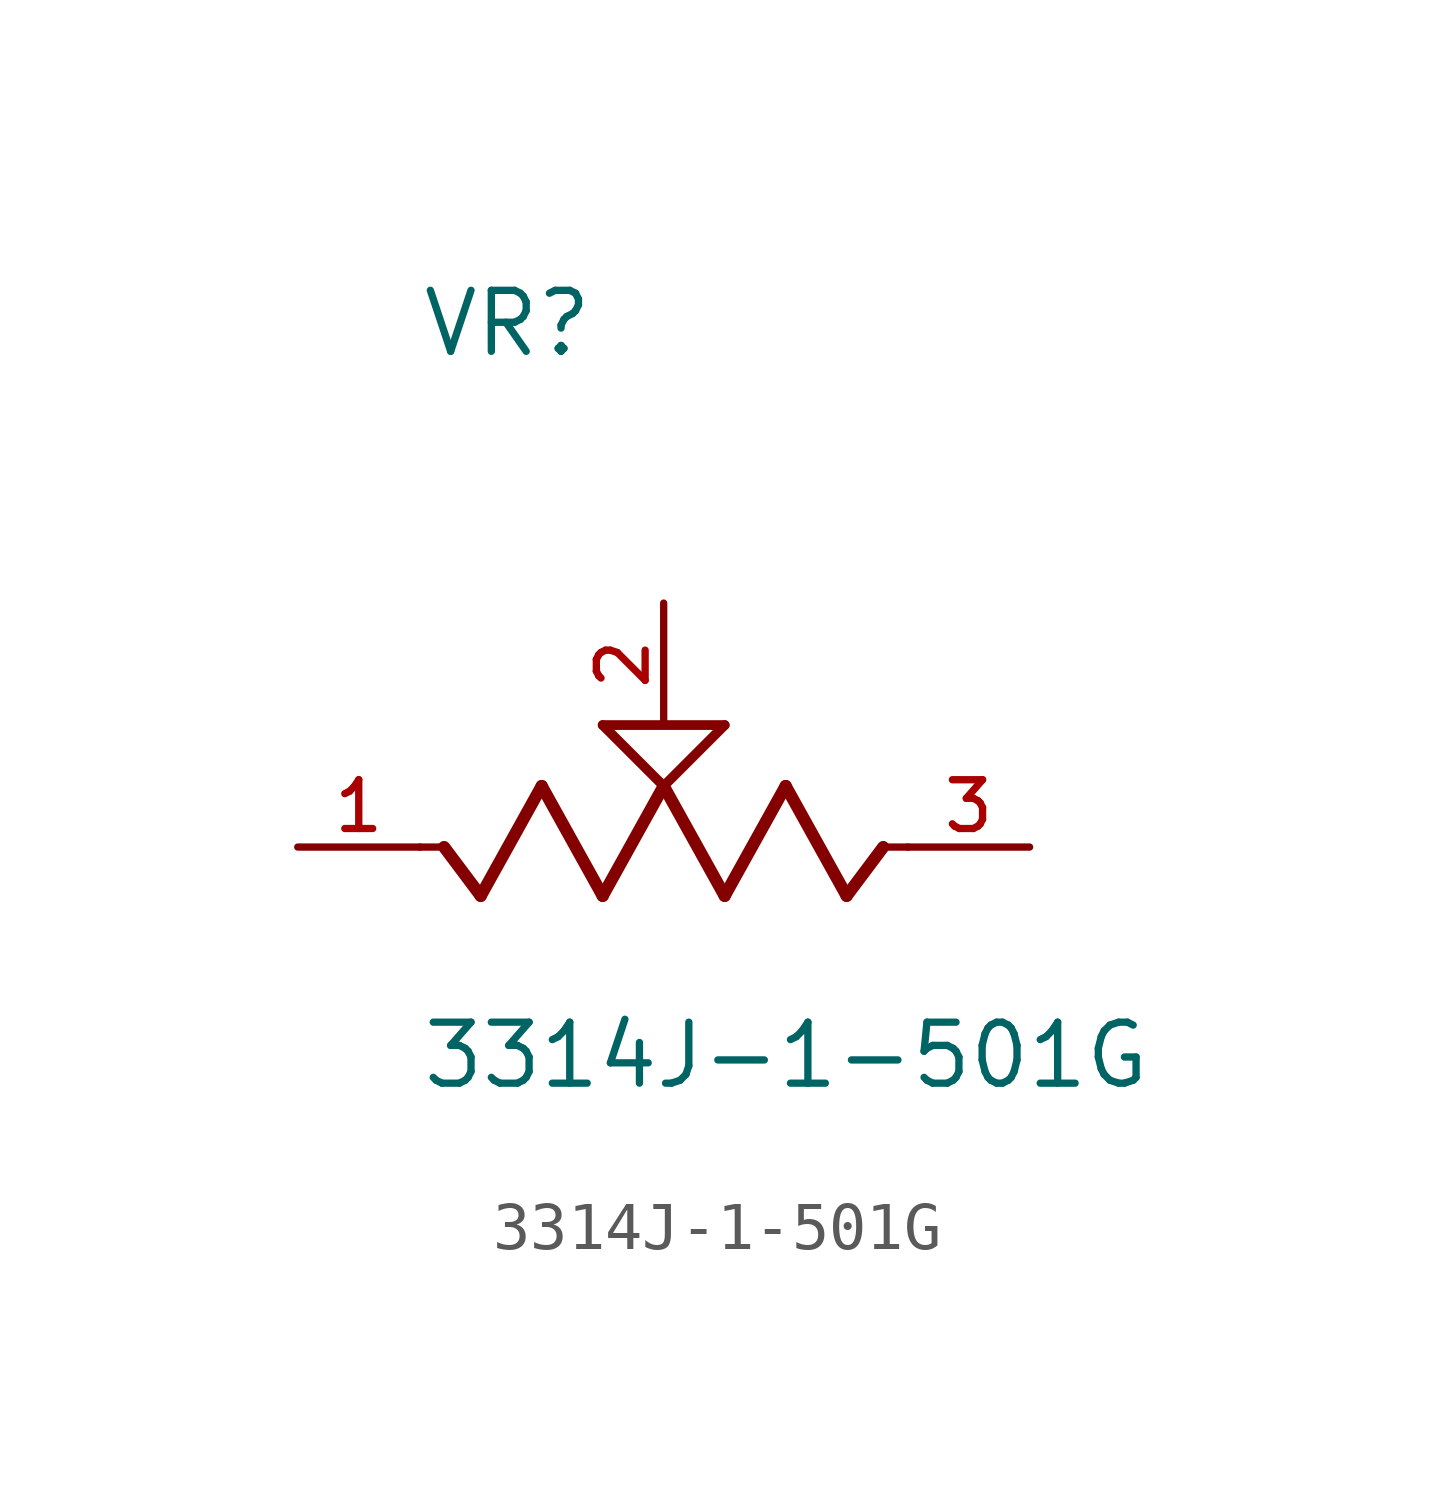
<source format=kicad_sym>
(kicad_symbol_lib
  (version 20211014)
  (generator kicad_symbol_editor)
  (symbol "3314J-1-501G"
    (pin_names
      (offset 1.016))
    (property "Reference" "VR"
      (at -5.08 10.16 0)
      (effects (font (size 1.27 1.27)) (justify bottom left)))
    (property "Value" "3314J-1-501G"
      (at -5.08 -5.08 0)
      (effects (font (size 1.27 1.27)) (justify bottom left)))
    (symbol "3314J-1-501G_0_0"
      (polyline (pts (xy 5.08 0.0) (xy 4.572 0.0)) (stroke (width 0.152)))
      (polyline (pts (xy 4.572 0.0) (xy 3.81 -1.016)) (stroke (width 0.254)))
      (polyline (pts (xy 3.81 -1.016) (xy 2.54 1.27)) (stroke (width 0.254)))
      (polyline (pts (xy 2.54 1.27) (xy 1.27 -1.016)) (stroke (width 0.254)))
      (polyline (pts (xy 1.27 -1.016) (xy 0.0 1.27)) (stroke (width 0.254)))
      (polyline (pts (xy 0.0 1.27) (xy -1.27 -1.016)) (stroke (width 0.254)))
      (polyline (pts (xy -1.27 -1.016) (xy -2.54 1.27)) (stroke (width 0.254)))
      (polyline (pts (xy -2.54 1.27) (xy -3.81 -1.016)) (stroke (width 0.254)))
      (polyline (pts (xy -3.81 -1.016) (xy -4.572 0.0)) (stroke (width 0.254)))
      (polyline (pts (xy -4.572 0.0) (xy -5.08 0.0)) (stroke (width 0.152)))
      (polyline (pts (xy 0.0 1.27) (xy -1.27 2.54)) (stroke (width 0.203)))
      (polyline (pts (xy 1.27 2.54) (xy 0.0 1.27)) (stroke (width 0.203)))
      (polyline (pts (xy -1.27 2.54) (xy 1.27 2.54)) (stroke (width 0.203)))
      (pin passive line (at 7.62 0.0 180.0) (length 2.54) (name "~" (effects (font (size 1.016 1.016)))) (number "3" (effects (font (size 1.016 1.016)))))
      (pin passive line (at -7.62 0.0 0) (length 2.54) (name "~" (effects (font (size 1.016 1.016)))) (number "1" (effects (font (size 1.016 1.016)))))
      (pin passive line (at 0.0 5.08 270.0) (length 2.54) (name "~" (effects (font (size 1.016 1.016)))) (number "2" (effects (font (size 1.016 1.016))))))))
</source>
